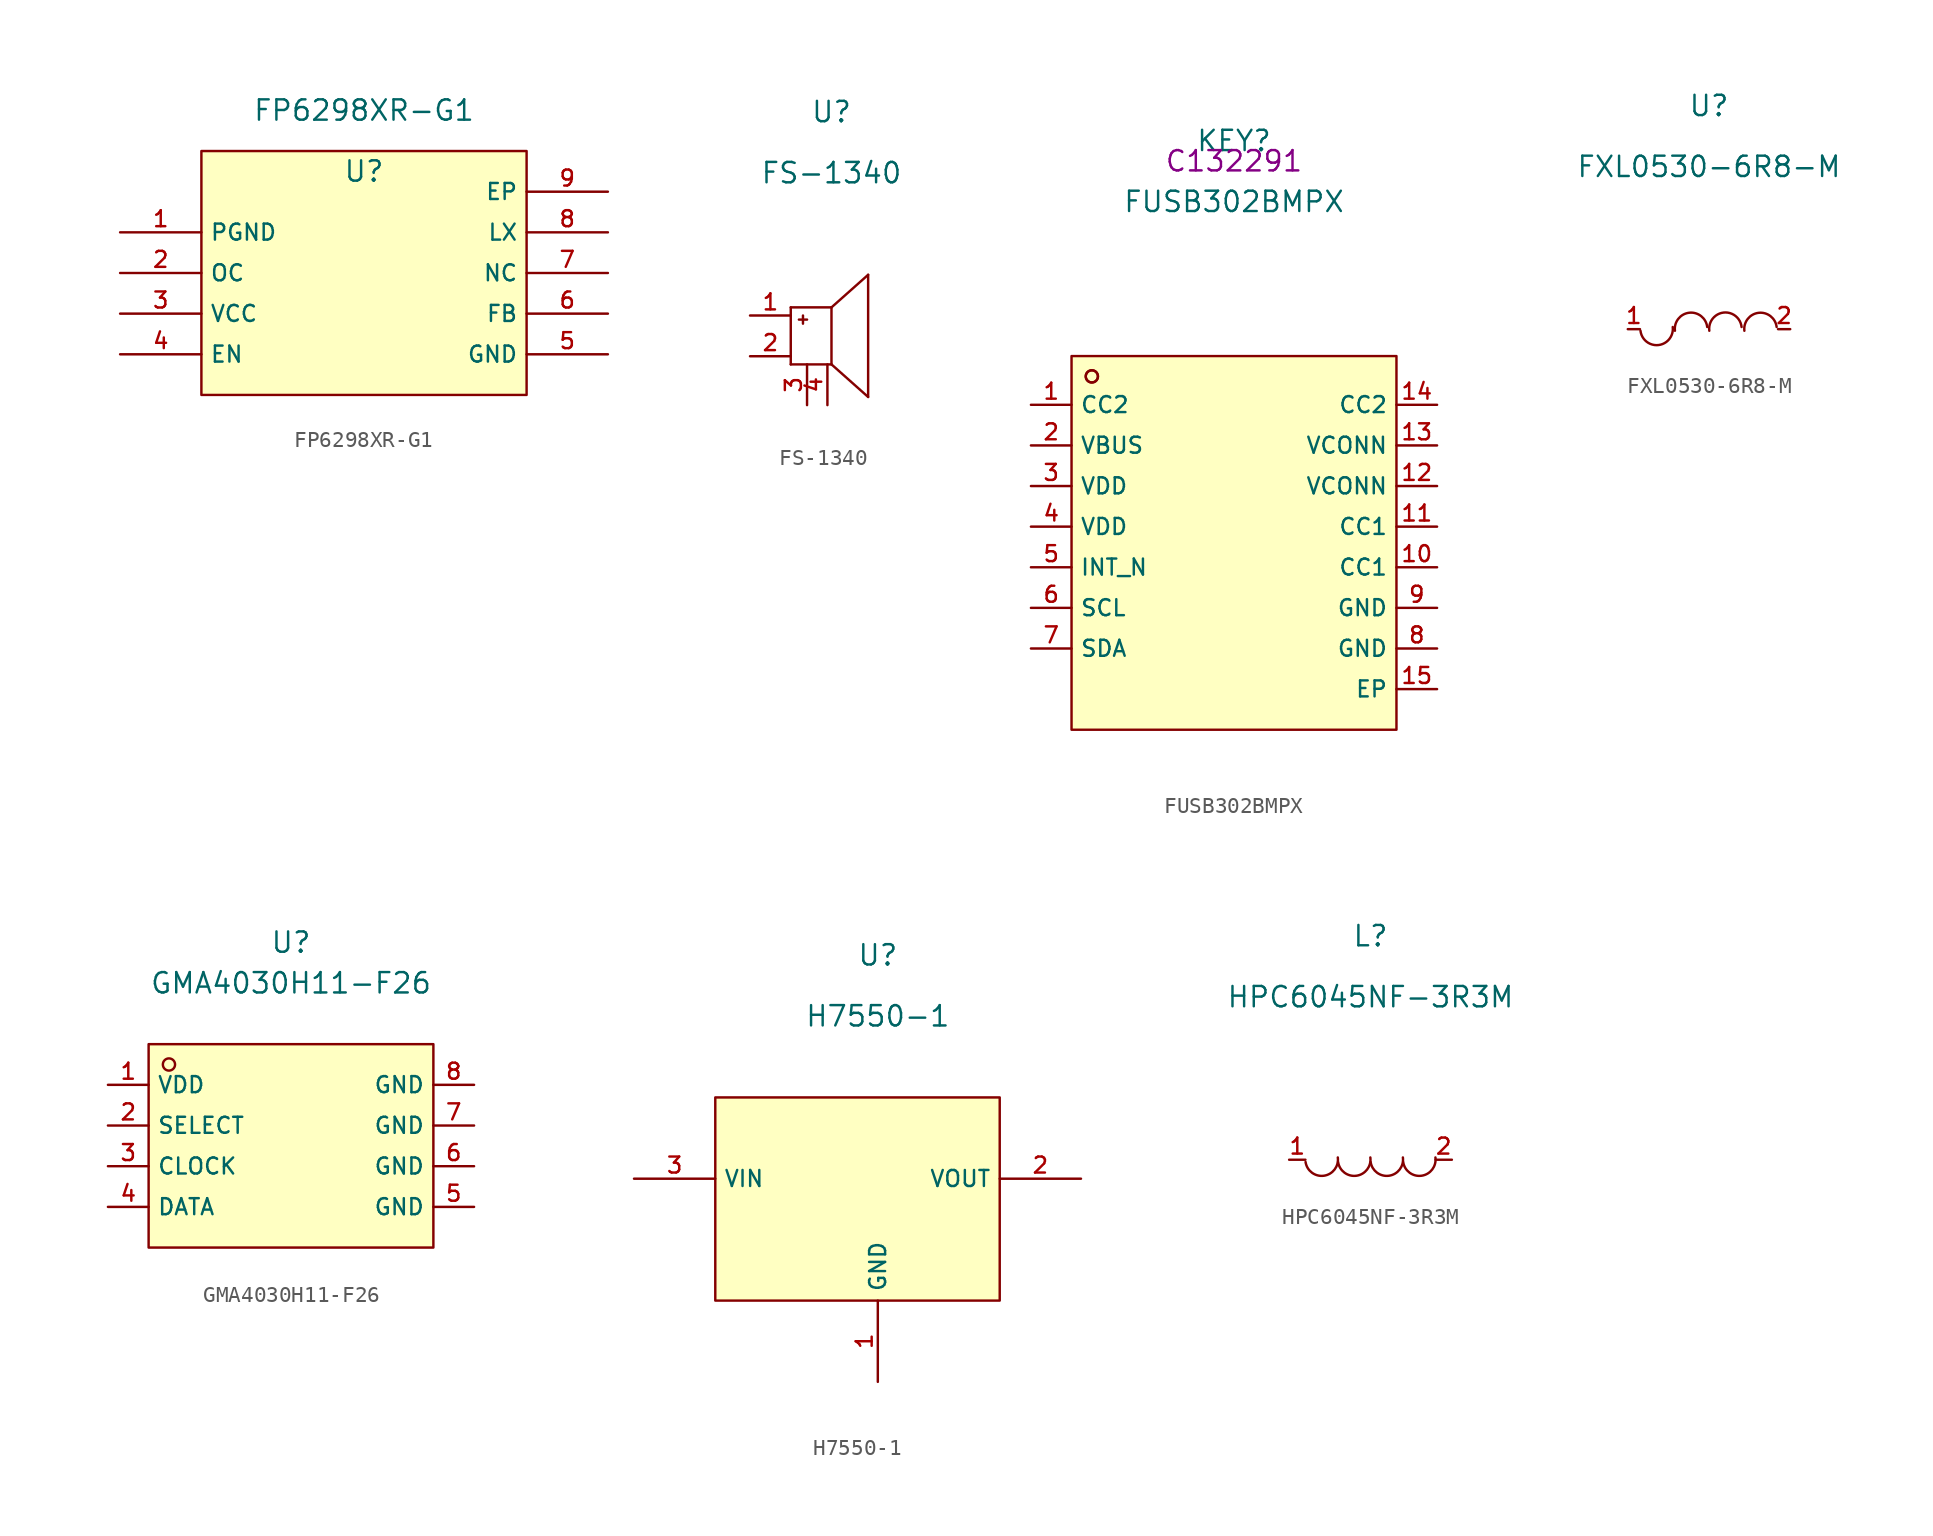
<source format=kicad_sym>
(kicad_symbol_lib
  (version 20220914)
  (generator kicad_symbol_editor)
  (symbol "FP6298XR-G1"
    (property "Reference" "U"
      (at 0 6.35 0)
      (effects (font (size 1.27 1.27))))
    (property "Value" "FP6298XR-G1"
      (at 0 10.16 0)
      (effects (font (size 1.27 1.27))))
    (symbol "FP6298XR-G1_0_0"
      (rectangle (start -10.16 7.62) (end 10.16 -7.62) (stroke (width 0) (type default)) (fill (type background)))
      (pin unspecified line (at -15.24 2.54 0) (length 5.08) (name "PGND" (effects (font (size 1 1)))) (number "1" (effects (font (size 1 1)))))
      (pin unspecified line (at -15.24 0 0) (length 5.08) (name "OC" (effects (font (size 1 1)))) (number "2" (effects (font (size 1 1)))))
      (pin unspecified line (at -15.24 -2.54 0) (length 5.08) (name "VCC" (effects (font (size 1 1)))) (number "3" (effects (font (size 1 1)))))
      (pin unspecified line (at -15.24 -5.08 0) (length 5.08) (name "EN" (effects (font (size 1 1)))) (number "4" (effects (font (size 1 1)))))
      (pin unspecified line (at 15.24 -5.08 180) (length 5.08) (name "GND" (effects (font (size 1 1)))) (number "5" (effects (font (size 1 1)))))
      (pin unspecified line (at 15.24 -2.54 180) (length 5.08) (name "FB" (effects (font (size 1 1)))) (number "6" (effects (font (size 1 1)))))
      (pin unspecified line (at 15.24 0 180) (length 5.08) (name "NC" (effects (font (size 1 1)))) (number "7" (effects (font (size 1 1)))))
      (pin unspecified line (at 15.24 2.54 180) (length 5.08) (name "LX" (effects (font (size 1 1)))) (number "8" (effects (font (size 1 1)))))
      (pin unspecified line (at 15.24 5.08 180) (length 5.08) (name "EP" (effects (font (size 1 1)))) (number "9" (effects (font (size 1 1)))))))
  (symbol "FS-1340"
    (pin_names hide)
    (property "Reference" "U"
      (at 0 1.27 0)
      (effects (font (size 1.27 1.27))))
    (property "Value" "FS-1340"
      (at 0 -2.54 0)
      (effects (font (size 1.27 1.27))))
    (symbol "FS-1340_0_0"
      (polyline (pts (xy -2.54 -14.478) (xy 0 -14.478)) (stroke (width 0) (type default)) (fill (type none)))
      (polyline (pts (xy -2.54 -10.922) (xy -2.54 -14.478)) (stroke (width 0) (type default)) (fill (type none)))
      (polyline (pts (xy -2.54 -10.922) (xy 0 -10.922)) (stroke (width 0) (type default)) (fill (type none)))
      (polyline (pts (xy -2.032 -11.684) (xy -1.524 -11.684)) (stroke (width 0) (type default)) (fill (type none)))
      (polyline (pts (xy -1.778 -11.43) (xy -1.778 -11.938)) (stroke (width 0) (type default)) (fill (type none)))
      (polyline (pts (xy 0 -14.478) (xy 2.286 -16.51)) (stroke (width 0) (type default)) (fill (type none)))
      (polyline (pts (xy 0 -10.922) (xy 0 -14.478)) (stroke (width 0) (type default)) (fill (type none)))
      (polyline (pts (xy 2.286 -8.89) (xy 0 -10.922)) (stroke (width 0) (type default)) (fill (type none)))
      (polyline (pts (xy 2.286 -8.89) (xy 2.286 -16.51)) (stroke (width 0) (type default)) (fill (type none)))
      (pin unspecified line (at -5.08 -11.43 0) (length 2.54) (name "+" (effects (font (size 1 1)))) (number "1" (effects (font (size 1 1)))))
      (pin unspecified line (at -5.08 -13.97 0) (length 2.54) (name "-" (effects (font (size 1 1)))) (number "2" (effects (font (size 1 1)))))
      (pin unspecified line (at -1.524 -17.018 90) (length 2.54) (name "3" (effects (font (size 1 1)))) (number "3" (effects (font (size 1 1)))))
      (pin unspecified line (at -0.254 -17.018 90) (length 2.54) (name "4" (effects (font (size 1 1)))) (number "4" (effects (font (size 1 1)))))))
  (symbol "FUSB302BMPX"
    (property "Reference" "KEY"
      (at 0 1.27 0)
      (effects (font (size 1.27 1.27))))
    (property "Value" "FUSB302BMPX"
      (at 0 -2.54 0)
      (effects (font (size 1.27 1.27))))
    (property "LCSC" "C132291"
      (at 0 0 0)
      (effects (font (size 1.27 1.27))))
    (symbol "FUSB302BMPX_0_0"
      (rectangle (start -10.16 -12.192) (end 10.16 -35.56) (stroke (width 0) (type default)) (fill (type background)))
      (circle (center -8.89 -13.462) (radius 0.381) (stroke (width 0) (type default)) (fill (type background)))
      (circle (center -8.89 -13.462) (radius 0.381) (stroke (width 0) (type default)) (fill (type background)))
      (pin unspecified line (at -12.7 -15.24 0) (length 2.54) (name "CC2" (effects (font (size 1 1)))) (number "1" (effects (font (size 1 1)))))
      (pin unspecified line (at 12.7 -25.4 180) (length 2.54) (name "CC1" (effects (font (size 1 1)))) (number "10" (effects (font (size 1 1)))))
      (pin unspecified line (at 12.7 -22.86 180) (length 2.54) (name "CC1" (effects (font (size 1 1)))) (number "11" (effects (font (size 1 1)))))
      (pin unspecified line (at 12.7 -20.32 180) (length 2.54) (name "VCONN" (effects (font (size 1 1)))) (number "12" (effects (font (size 1 1)))))
      (pin unspecified line (at 12.7 -17.78 180) (length 2.54) (name "VCONN" (effects (font (size 1 1)))) (number "13" (effects (font (size 1 1)))))
      (pin unspecified line (at 12.7 -15.24 180) (length 2.54) (name "CC2" (effects (font (size 1 1)))) (number "14" (effects (font (size 1 1)))))
      (pin unspecified line (at 12.7 -33.02 180) (length 2.54) (name "EP" (effects (font (size 1 1)))) (number "15" (effects (font (size 1 1)))))
      (pin unspecified line (at -12.7 -17.78 0) (length 2.54) (name "VBUS" (effects (font (size 1 1)))) (number "2" (effects (font (size 1 1)))))
      (pin unspecified line (at -12.7 -20.32 0) (length 2.54) (name "VDD" (effects (font (size 1 1)))) (number "3" (effects (font (size 1 1)))))
      (pin unspecified line (at -12.7 -22.86 0) (length 2.54) (name "VDD" (effects (font (size 1 1)))) (number "4" (effects (font (size 1 1)))))
      (pin unspecified line (at -12.7 -25.4 0) (length 2.54) (name "INT_N" (effects (font (size 1 1)))) (number "5" (effects (font (size 1 1)))))
      (pin unspecified line (at -12.7 -27.94 0) (length 2.54) (name "SCL" (effects (font (size 1 1)))) (number "6" (effects (font (size 1 1)))))
      (pin unspecified line (at -12.7 -30.48 0) (length 2.54) (name "SDA" (effects (font (size 1 1)))) (number "7" (effects (font (size 1 1)))))
      (pin unspecified line (at 12.7 -30.48 180) (length 2.54) (name "GND" (effects (font (size 1 1)))) (number "8" (effects (font (size 1 1)))))
      (pin unspecified line (at 12.7 -27.94 180) (length 2.54) (name "GND" (effects (font (size 1 1)))) (number "9" (effects (font (size 1 1)))))))
  (symbol "FXL0530-6R8-M"
    (pin_names hide)
    (property "Reference" "U"
      (at 0 1.27 0)
      (effects (font (size 1.27 1.27))))
    (property "Value" "FXL0530-6R8-M"
      (at 0 -2.54 0)
      (effects (font (size 1.27 1.27))))
    (symbol "FXL0530-6R8-M_0_0"
      (arc (start -4.2859 -12.801) (mid -3.1591 -13.6924) (end -2.2676 -12.5655) (stroke (width 0) (type default)) (fill (type none)))
      (arc (start -0.1129 -12.5649) (mid -1.2397 -11.6737) (end -2.1312 -12.8003) (stroke (width 0) (type default)) (fill (type none)))
      (arc (start 2.0377 -12.5649) (mid 0.9109 -11.6737) (end 0.0194 -12.8003) (stroke (width 0) (type default)) (fill (type none)))
      (arc (start 4.2305 -12.5654) (mid 3.1037 -11.6742) (end 2.2122 -12.8008) (stroke (width 0) (type default)) (fill (type none)))
      (pin unspecified line (at -5.08 -12.7 0) (length 0.762) (name "1" (effects (font (size 1 1)))) (number "1" (effects (font (size 1 1)))))
      (pin unspecified line (at 5.08 -12.7 180) (length 0.762) (name "2" (effects (font (size 1 1)))) (number "2" (effects (font (size 1 1)))))))
  (symbol "GMA4030H11-F26"
    (property "Reference" "U"
      (at 0 12.7 0)
      (effects (font (size 1.27 1.27))))
    (property "Value" "GMA4030H11-F26"
      (at 0 10.16 0)
      (effects (font (size 1.27 1.27))))
    (symbol "GMA4030H11-F26_0_0"
      (rectangle (start -8.89 6.35) (end 8.89 -6.35) (stroke (width 0) (type default)) (fill (type background)))
      (circle (center -7.62 5.08) (radius 0.381) (stroke (width 0) (type default)) (fill (type background)))
      (pin unspecified line (at -11.43 3.81 0) (length 2.54) (name "VDD" (effects (font (size 1 1)))) (number "1" (effects (font (size 1 1)))))
      (pin unspecified line (at -11.43 1.27 0) (length 2.54) (name "SELECT" (effects (font (size 1 1)))) (number "2" (effects (font (size 1 1)))))
      (pin unspecified line (at -11.43 -1.27 0) (length 2.54) (name "CLOCK" (effects (font (size 1 1)))) (number "3" (effects (font (size 1 1)))))
      (pin unspecified line (at -11.43 -3.81 0) (length 2.54) (name "DATA" (effects (font (size 1 1)))) (number "4" (effects (font (size 1 1)))))
      (pin unspecified line (at 11.43 -3.81 180) (length 2.54) (name "GND" (effects (font (size 1 1)))) (number "5" (effects (font (size 1 1)))))
      (pin unspecified line (at 11.43 -1.27 180) (length 2.54) (name "GND" (effects (font (size 1 1)))) (number "6" (effects (font (size 1 1)))))
      (pin unspecified line (at 11.43 1.27 180) (length 2.54) (name "GND" (effects (font (size 1 1)))) (number "7" (effects (font (size 1 1)))))
      (pin unspecified line (at 11.43 3.81 180) (length 2.54) (name "GND" (effects (font (size 1 1)))) (number "8" (effects (font (size 1 1)))))))
  (symbol "H7550-1"
    (property "Reference" "U"
      (at 0 1.27 0)
      (effects (font (size 1.27 1.27))))
    (property "Value" "H7550-1"
      (at 0 -2.54 0)
      (effects (font (size 1.27 1.27))))
    (symbol "H7550-1_0_0"
      (rectangle (start -10.16 -7.62) (end 7.62 -20.32) (stroke (width 0) (type default)) (fill (type background)))
      (pin unspecified line (at 0 -25.4 90) (length 5.08) (name "GND" (effects (font (size 1 1)))) (number "1" (effects (font (size 1 1)))))
      (pin unspecified line (at 12.7 -12.7 180) (length 5.08) (name "VOUT" (effects (font (size 1 1)))) (number "2" (effects (font (size 1 1)))))
      (pin unspecified line (at -15.24 -12.7 0) (length 5.08) (name "VIN" (effects (font (size 1 1)))) (number "3" (effects (font (size 1 1)))))))
  (symbol "HPC6045NF-3R3M"
    (pin_names hide)
    (property "Reference" "L"
      (at 0 1.27 0)
      (effects (font (size 1.27 1.27))))
    (property "Value" "HPC6045NF-3R3M"
      (at 0 -2.54 0)
      (effects (font (size 1.27 1.27))))
    (symbol "HPC6045NF-3R3M_0_0"
      (arc (start -4.0541 -12.8413) (mid -2.9074 -13.7016) (end -2.0419 -12.5587) (stroke (width 0) (type default)) (fill (type none)))
      (arc (start -2.0221 -12.8413) (mid -0.8754 -13.7016) (end -0.0099 -12.5587) (stroke (width 0) (type default)) (fill (type none)))
      (arc (start 0.0099 -12.8413) (mid 1.1566 -13.7016) (end 2.0221 -12.5587) (stroke (width 0) (type default)) (fill (type none)))
      (arc (start 2.0419 -12.8413) (mid 3.1886 -13.7016) (end 4.0541 -12.5587) (stroke (width 0) (type default)) (fill (type none)))
      (pin unspecified line (at -5.08 -12.7 0) (length 1.016) (name "1" (effects (font (size 1 1)))) (number "1" (effects (font (size 1 1)))))
      (pin unspecified line (at 5.08 -12.7 180) (length 1.016) (name "2" (effects (font (size 1 1)))) (number "2" (effects (font (size 1 1))))))))
</source>
